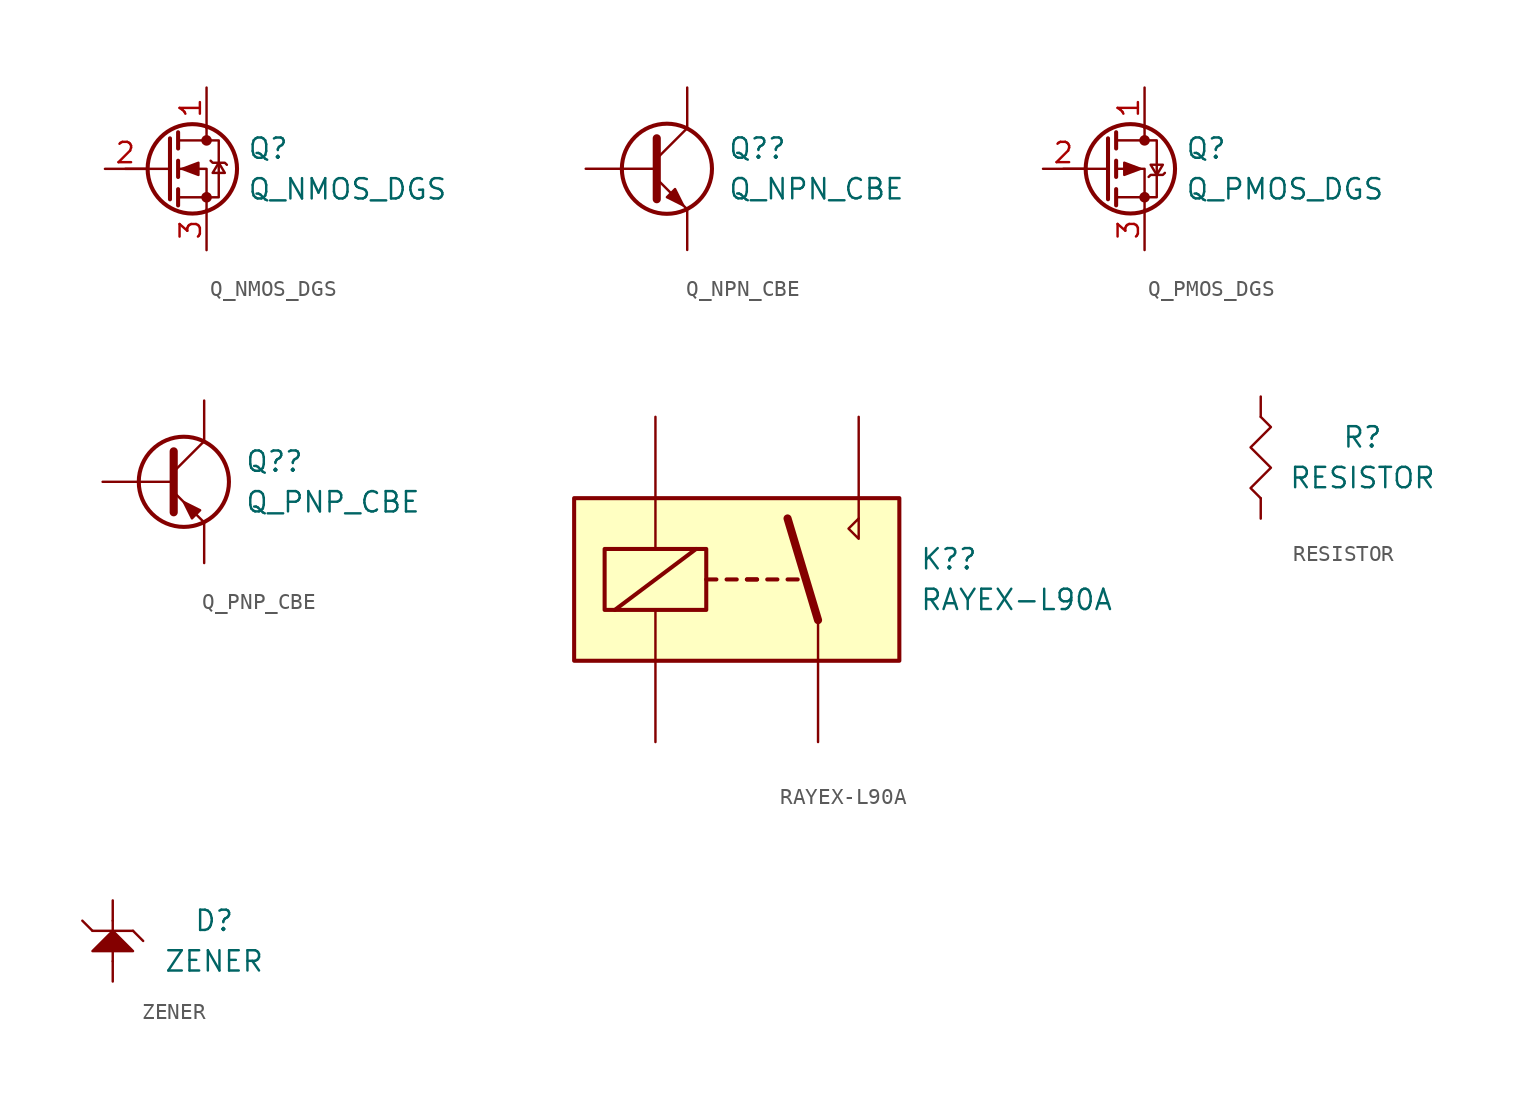
<source format=kicad_sym>
(kicad_symbol_lib
  (version 20211014)
  (generator kicad_symbol_editor)
  (symbol "Q_NMOS_DGS"
    (pin_names
      (offset 0) hide)
    (property "Reference" "Q"
      (at 5.08 1.27 0)
      (effects (font (size 1.27 1.27)) (justify left)))
    (property "Value" "Q_NMOS_DGS"
      (at 5.08 -1.27 0)
      (effects (font (size 1.27 1.27)) (justify left)))
    (symbol "Q_NMOS_DGS_0_1"
      (polyline (pts (xy 0.254 0) (xy -2.54 0)) (stroke (width 0) (type default) (color 0 0 0 0)) (fill (type none)))
      (polyline (pts (xy 0.254 1.905) (xy 0.254 -1.905)) (stroke (width 0.254) (type default) (color 0 0 0 0)) (fill (type none)))
      (polyline (pts (xy 0.762 -1.27) (xy 0.762 -2.286)) (stroke (width 0.254) (type default) (color 0 0 0 0)) (fill (type none)))
      (polyline (pts (xy 0.762 0.508) (xy 0.762 -0.508)) (stroke (width 0.254) (type default) (color 0 0 0 0)) (fill (type none)))
      (polyline (pts (xy 0.762 2.286) (xy 0.762 1.27)) (stroke (width 0.254) (type default) (color 0 0 0 0)) (fill (type none)))
      (polyline (pts (xy 2.54 2.54) (xy 2.54 1.778)) (stroke (width 0) (type default) (color 0 0 0 0)) (fill (type none)))
      (polyline (pts (xy 2.54 -2.54) (xy 2.54 0) (xy 0.762 0)) (stroke (width 0) (type default) (color 0 0 0 0)) (fill (type none)))
      (polyline (pts (xy 0.762 -1.778) (xy 3.302 -1.778) (xy 3.302 1.778) (xy 0.762 1.778)) (stroke (width 0) (type default) (color 0 0 0 0)) (fill (type none)))
      (polyline (pts (xy 1.016 0) (xy 2.032 0.381) (xy 2.032 -0.381) (xy 1.016 0)) (stroke (width 0) (type default) (color 0 0 0 0)) (fill (type outline)))
      (polyline (pts (xy 2.794 0.508) (xy 2.921 0.381) (xy 3.683 0.381) (xy 3.81 0.254)) (stroke (width 0) (type default) (color 0 0 0 0)) (fill (type none)))
      (polyline (pts (xy 3.302 0.381) (xy 2.921 -0.254) (xy 3.683 -0.254) (xy 3.302 0.381)) (stroke (width 0) (type default) (color 0 0 0 0)) (fill (type none)))
      (circle (center 1.651 0) (radius 2.794) (stroke (width 0.254) (type default) (color 0 0 0 0)) (fill (type none)))
      (circle (center 2.54 -1.778) (radius 0.254) (stroke (width 0) (type default) (color 0 0 0 0)) (fill (type outline)))
      (circle (center 2.54 1.778) (radius 0.254) (stroke (width 0) (type default) (color 0 0 0 0)) (fill (type outline))))
    (symbol "Q_NMOS_DGS_1_1"
      (pin passive line (at 2.54 5.08 270) (length 2.54) (name "D" (effects (font (size 1.27 1.27)))) (number "1" (effects (font (size 1.27 1.27)))))
      (pin input line (at -3.81 0 0) (length 2.54) (name "G" (effects (font (size 1.27 1.27)))) (number "2" (effects (font (size 1.27 1.27)))))
      (pin passive line (at 2.54 -5.08 90) (length 2.54) (name "S" (effects (font (size 1.27 1.27)))) (number "3" (effects (font (size 1.27 1.27)))))))
  (symbol "Q_NPN_CBE"
    (pin_numbers hide)
    (pin_names
      (offset 0) hide)
    (property "Reference" "Q?"
      (at 5.08 1.27 0)
      (effects (font (size 1.27 1.27)) (justify left)))
    (property "Value" "Q_NPN_CBE"
      (at 5.08 -1.27 0)
      (effects (font (size 1.27 1.27)) (justify left)))
    (symbol "Q_NPN_CBE_0_1"
      (polyline (pts (xy 0.635 0.635) (xy 2.54 2.54)) (stroke (width 0) (type default) (color 0 0 0 0)) (fill (type none)))
      (polyline (pts (xy 0.635 -0.635) (xy 2.54 -2.54) (xy 2.54 -2.54)) (stroke (width 0) (type default) (color 0 0 0 0)) (fill (type none)))
      (polyline (pts (xy 0.635 1.905) (xy 0.635 -1.905) (xy 0.635 -1.905)) (stroke (width 0.508) (type default) (color 0 0 0 0)) (fill (type none)))
      (polyline (pts (xy 1.27 -1.778) (xy 1.778 -1.27) (xy 2.286 -2.286) (xy 1.27 -1.778) (xy 1.27 -1.778)) (stroke (width 0) (type default) (color 0 0 0 0)) (fill (type outline)))
      (circle (center 1.27 0) (radius 2.819) (stroke (width 0.254) (type default) (color 0 0 0 0)) (fill (type none))))
    (symbol "Q_NPN_CBE_1_1"
      (pin passive line (at 2.54 5.08 270) (length 2.54) (name "C" (effects (font (size 1.27 1.27)))) (number "1" (effects (font (size 1.27 1.27)))))
      (pin input line (at -3.81 0 0) (length 4.445) (name "B" (effects (font (size 1.27 1.27)))) (number "2" (effects (font (size 1.27 1.27)))))
      (pin passive line (at 2.54 -5.08 90) (length 2.54) (name "E" (effects (font (size 1.27 1.27)))) (number "3" (effects (font (size 1.27 1.27)))))))
  (symbol "Q_PMOS_DGS"
    (pin_names
      (offset 0) hide)
    (property "Reference" "Q"
      (at 5.08 1.27 0)
      (effects (font (size 1.27 1.27)) (justify left)))
    (property "Value" "Q_PMOS_DGS"
      (at 5.08 -1.27 0)
      (effects (font (size 1.27 1.27)) (justify left)))
    (symbol "Q_PMOS_DGS_0_1"
      (polyline (pts (xy 0.254 0) (xy -2.54 0)) (stroke (width 0) (type default) (color 0 0 0 0)) (fill (type none)))
      (polyline (pts (xy 0.254 1.905) (xy 0.254 -1.905)) (stroke (width 0.254) (type default) (color 0 0 0 0)) (fill (type none)))
      (polyline (pts (xy 0.762 -1.27) (xy 0.762 -2.286)) (stroke (width 0.254) (type default) (color 0 0 0 0)) (fill (type none)))
      (polyline (pts (xy 0.762 0.508) (xy 0.762 -0.508)) (stroke (width 0.254) (type default) (color 0 0 0 0)) (fill (type none)))
      (polyline (pts (xy 0.762 2.286) (xy 0.762 1.27)) (stroke (width 0.254) (type default) (color 0 0 0 0)) (fill (type none)))
      (polyline (pts (xy 2.54 2.54) (xy 2.54 1.778)) (stroke (width 0) (type default) (color 0 0 0 0)) (fill (type none)))
      (polyline (pts (xy 2.54 -2.54) (xy 2.54 0) (xy 0.762 0)) (stroke (width 0) (type default) (color 0 0 0 0)) (fill (type none)))
      (polyline (pts (xy 0.762 1.778) (xy 3.302 1.778) (xy 3.302 -1.778) (xy 0.762 -1.778)) (stroke (width 0) (type default) (color 0 0 0 0)) (fill (type none)))
      (polyline (pts (xy 2.286 0) (xy 1.27 0.381) (xy 1.27 -0.381) (xy 2.286 0)) (stroke (width 0) (type default) (color 0 0 0 0)) (fill (type outline)))
      (polyline (pts (xy 2.794 -0.508) (xy 2.921 -0.381) (xy 3.683 -0.381) (xy 3.81 -0.254)) (stroke (width 0) (type default) (color 0 0 0 0)) (fill (type none)))
      (polyline (pts (xy 3.302 -0.381) (xy 2.921 0.254) (xy 3.683 0.254) (xy 3.302 -0.381)) (stroke (width 0) (type default) (color 0 0 0 0)) (fill (type none)))
      (circle (center 1.651 0) (radius 2.794) (stroke (width 0.254) (type default) (color 0 0 0 0)) (fill (type none)))
      (circle (center 2.54 -1.778) (radius 0.254) (stroke (width 0) (type default) (color 0 0 0 0)) (fill (type outline)))
      (circle (center 2.54 1.778) (radius 0.254) (stroke (width 0) (type default) (color 0 0 0 0)) (fill (type outline))))
    (symbol "Q_PMOS_DGS_1_1"
      (pin passive line (at 2.54 5.08 270) (length 2.54) (name "D" (effects (font (size 1.27 1.27)))) (number "1" (effects (font (size 1.27 1.27)))))
      (pin input line (at -3.81 0 0) (length 2.54) (name "G" (effects (font (size 1.27 1.27)))) (number "2" (effects (font (size 1.27 1.27)))))
      (pin passive line (at 2.54 -5.08 90) (length 2.54) (name "S" (effects (font (size 1.27 1.27)))) (number "3" (effects (font (size 1.27 1.27)))))))
  (symbol "Q_PNP_CBE"
    (pin_numbers hide)
    (pin_names
      (offset 0) hide)
    (property "Reference" "Q?"
      (at 5.08 1.27 0)
      (effects (font (size 1.27 1.27)) (justify left)))
    (property "Value" "Q_PNP_CBE"
      (at 5.08 -1.27 0)
      (effects (font (size 1.27 1.27)) (justify left)))
    (symbol "Q_PNP_CBE_0_1"
      (polyline (pts (xy 0.635 0.635) (xy 2.54 2.54)) (stroke (width 0) (type default) (color 0 0 0 0)) (fill (type none)))
      (polyline (pts (xy 0.635 -0.635) (xy 2.54 -2.54) (xy 2.54 -2.54)) (stroke (width 0) (type default) (color 0 0 0 0)) (fill (type none)))
      (polyline (pts (xy 0.635 1.905) (xy 0.635 -1.905) (xy 0.635 -1.905)) (stroke (width 0.508) (type default) (color 0 0 0 0)) (fill (type none)))
      (polyline (pts (xy 2.286 -1.778) (xy 1.778 -2.286) (xy 1.27 -1.27) (xy 2.286 -1.778) (xy 2.286 -1.778)) (stroke (width 0) (type default) (color 0 0 0 0)) (fill (type outline)))
      (circle (center 1.27 0) (radius 2.819) (stroke (width 0.254) (type default) (color 0 0 0 0)) (fill (type none))))
    (symbol "Q_PNP_CBE_1_1"
      (pin passive line (at 2.54 5.08 270) (length 2.54) (name "C" (effects (font (size 1.27 1.27)))) (number "1" (effects (font (size 1.27 1.27)))))
      (pin input line (at -3.81 0 0) (length 4.445) (name "B" (effects (font (size 1.27 1.27)))) (number "2" (effects (font (size 1.27 1.27)))))
      (pin passive line (at 2.54 -5.08 90) (length 2.54) (name "E" (effects (font (size 1.27 1.27)))) (number "3" (effects (font (size 1.27 1.27)))))))
  (symbol "RAYEX-L90A"
    (pin_numbers hide)
    (property "Reference" "K?"
      (at 11.43 1.27 0)
      (effects (font (size 1.27 1.27)) (justify left)))
    (property "Value" "RAYEX-L90A"
      (at 11.43 -1.27 0)
      (effects (font (size 1.27 1.27)) (justify left)))
    (symbol "RAYEX-L90A_1_0"
      (polyline (pts (xy 7.62 3.81) (xy 7.62 5.08)) (stroke (width 0) (type default) (color 0 0 0 0)) (fill (type none)))
      (polyline (pts (xy 7.62 3.81) (xy 7.62 2.54) (xy 6.985 3.175) (xy 7.62 3.81)) (stroke (width 0) (type default) (color 0 0 0 0)) (fill (type none))))
    (symbol "RAYEX-L90A_1_1"
      (rectangle (start -10.16 5.08) (end 10.16 -5.08) (stroke (width 0.254) (type default) (color 0 0 0 0)) (fill (type background)))
      (rectangle (start -8.255 1.905) (end -1.905 -1.905) (stroke (width 0.254) (type default) (color 0 0 0 0)) (fill (type none)))
      (polyline (pts (xy -7.62 -1.905) (xy -2.54 1.905)) (stroke (width 0.254) (type default) (color 0 0 0 0)) (fill (type none)))
      (polyline (pts (xy -5.08 -5.08) (xy -5.08 -1.905)) (stroke (width 0) (type default) (color 0 0 0 0)) (fill (type none)))
      (polyline (pts (xy -5.08 5.08) (xy -5.08 1.905)) (stroke (width 0) (type default) (color 0 0 0 0)) (fill (type none)))
      (polyline (pts (xy -1.905 0) (xy -1.27 0)) (stroke (width 0.254) (type default) (color 0 0 0 0)) (fill (type none)))
      (polyline (pts (xy -0.635 0) (xy 0 0)) (stroke (width 0.254) (type default) (color 0 0 0 0)) (fill (type none)))
      (polyline (pts (xy 0.635 0) (xy 1.27 0)) (stroke (width 0.254) (type default) (color 0 0 0 0)) (fill (type none)))
      (polyline (pts (xy 0.635 0) (xy 1.27 0)) (stroke (width 0.254) (type default) (color 0 0 0 0)) (fill (type none)))
      (polyline (pts (xy 1.905 0) (xy 2.54 0)) (stroke (width 0.254) (type default) (color 0 0 0 0)) (fill (type none)))
      (polyline (pts (xy 3.175 0) (xy 3.81 0)) (stroke (width 0.254) (type default) (color 0 0 0 0)) (fill (type none)))
      (polyline (pts (xy 5.08 -2.54) (xy 3.175 3.81)) (stroke (width 0.508) (type default) (color 0 0 0 0)) (fill (type none)))
      (polyline (pts (xy 5.08 -2.54) (xy 5.08 -5.08)) (stroke (width 0) (type default) (color 0 0 0 0)) (fill (type none)))
      (pin passive line (at 7.62 10.16 270) (length 5.08) (name "~" (effects (font (size 1.27 1.27)))) (number "1" (effects (font (size 1.27 1.27)))))
      (pin passive line (at 5.08 -10.16 90) (length 5.08) (name "~" (effects (font (size 1.27 1.27)))) (number "2" (effects (font (size 1.27 1.27)))))
      (pin passive line (at -5.08 10.16 270) (length 5.08) (name "~" (effects (font (size 1.27 1.27)))) (number "3" (effects (font (size 1.27 1.27)))))
      (pin passive line (at -5.08 -10.16 90) (length 5.08) (name "~" (effects (font (size 1.27 1.27)))) (number "4" (effects (font (size 1.27 1.27)))))))
  (symbol "RESISTOR"
    (pin_numbers hide)
    (pin_names
      (offset 1.016) hide)
    (property "Reference" "R"
      (at 6.35 1.27 0)
      (effects (font (size 1.27 1.27))))
    (property "Value" "RESISTOR"
      (at 6.35 -1.27 0)
      (effects (font (size 1.27 1.27))))
    (symbol "RESISTOR_0_1"
      (polyline (pts (xy 0 2.54) (xy 0.635 1.905) (xy -0.635 0.635) (xy 0.635 -0.635) (xy -0.635 -1.905) (xy 0 -2.54)) (stroke (width 0) (type default) (color 0 0 0 0)) (fill (type none))))
    (symbol "RESISTOR_1_1"
      (pin passive line (at 0 3.81 270) (length 1.27) (name "1" (effects (font (size 1.27 1.27)))) (number "1" (effects (font (size 1.27 1.27)))))
      (pin passive line (at 0 -3.81 90) (length 1.27) (name "2" (effects (font (size 1.27 1.27)))) (number "2" (effects (font (size 1.27 1.27)))))))
  (symbol "ZENER"
    (pin_numbers hide)
    (pin_names
      (offset 1.016) hide)
    (property "Reference" "D"
      (at 6.35 1.27 0)
      (effects (font (size 1.27 1.27))))
    (property "Value" "ZENER"
      (at 6.35 -1.27 0)
      (effects (font (size 1.27 1.27))))
    (symbol "ZENER_0_1"
      (polyline (pts (xy -1.27 0.635) (xy -1.905 1.27)) (stroke (width 0) (type default) (color 0 0 0 0)) (fill (type none)))
      (polyline (pts (xy -1.27 0.635) (xy 1.27 0.635)) (stroke (width 0) (type default) (color 0 0 0 0)) (fill (type none)))
      (polyline (pts (xy 0 1.27) (xy 0 -1.27)) (stroke (width 0) (type default) (color 0 0 0 0)) (fill (type none)))
      (polyline (pts (xy 1.27 0.635) (xy 1.905 0)) (stroke (width 0) (type default) (color 0 0 0 0)) (fill (type none)))
      (polyline (pts (xy 0 0.635) (xy -1.27 -0.635) (xy 1.27 -0.635) (xy 0 0.635)) (stroke (width 0) (type default) (color 0 0 0 0)) (fill (type outline))))
    (symbol "ZENER_1_1"
      (pin passive line (at 0 -2.54 90) (length 1.27) (name "A" (effects (font (size 1.27 1.27)))) (number "1" (effects (font (size 1.27 1.27)))))
      (pin passive line (at 0 2.54 270) (length 1.27) (name "K" (effects (font (size 1.27 1.27)))) (number "2" (effects (font (size 1.27 1.27))))))))
</source>
